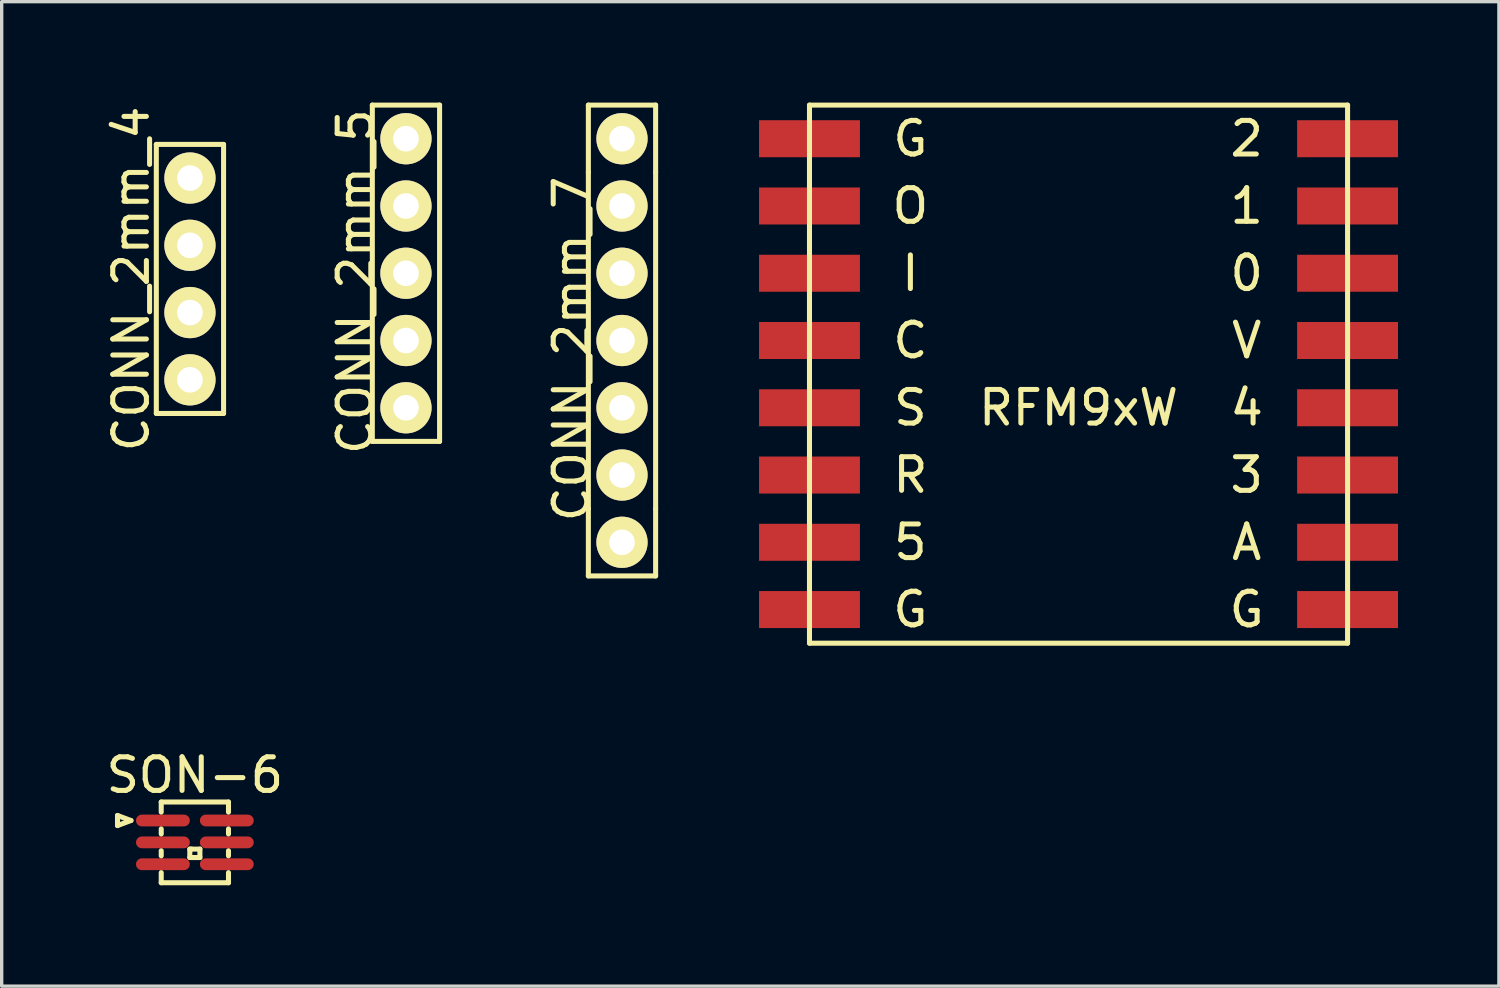
<source format=kicad_pcb>
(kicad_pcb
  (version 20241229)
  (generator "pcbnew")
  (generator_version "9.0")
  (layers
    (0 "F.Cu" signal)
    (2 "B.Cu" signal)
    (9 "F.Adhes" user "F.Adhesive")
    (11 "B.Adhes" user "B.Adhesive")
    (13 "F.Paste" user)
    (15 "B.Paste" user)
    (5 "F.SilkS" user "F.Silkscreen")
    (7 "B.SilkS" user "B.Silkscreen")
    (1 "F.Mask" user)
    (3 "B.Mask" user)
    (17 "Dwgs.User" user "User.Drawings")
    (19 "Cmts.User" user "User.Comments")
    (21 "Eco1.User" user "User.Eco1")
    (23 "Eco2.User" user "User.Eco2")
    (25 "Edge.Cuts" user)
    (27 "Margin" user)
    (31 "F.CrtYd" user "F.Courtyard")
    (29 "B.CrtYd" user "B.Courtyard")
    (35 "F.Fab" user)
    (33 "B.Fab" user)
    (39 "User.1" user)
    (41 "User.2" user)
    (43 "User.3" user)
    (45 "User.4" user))
  (footprint "CONN_2mm_7"
    (layer "F.Cu")
    (at 15.445 7.075)
    (property "Reference" "CONN_2mm_7" (at -1.5 0.25 90) (layer "F.SilkS") (effects (font (size 1 1) (thickness 0.15))))
    (attr through_hole)
    (fp_line (start -1 -7) (end -1 -5) (stroke (width 0.15) (type solid)) (layer "F.SilkS"))
    (fp_line (start -1 5) (end -1 -5) (stroke (width 0.15) (type solid)) (layer "F.SilkS"))
    (fp_line (start -1 5) (end -1 7) (stroke (width 0.15) (type solid)) (layer "F.SilkS"))
    (fp_line (start -1 7) (end 1 7) (stroke (width 0.15) (type solid)) (layer "F.SilkS"))
    (fp_line (start 1 -7) (end -1 -7) (stroke (width 0.15) (type solid)) (layer "F.SilkS"))
    (fp_line (start 1 -5) (end 1 -7) (stroke (width 0.15) (type solid)) (layer "F.SilkS"))
    (fp_line (start 1 -5) (end 1 5) (stroke (width 0.15) (type solid)) (layer "F.SilkS"))
    (fp_line (start 1 7) (end 1 5) (stroke (width 0.15) (type solid)) (layer "F.SilkS"))
    (pad "1" thru_hole circle (at 0 -6) (size 1.524 1.524) (drill 0.762) (layers "*.Cu" "*.Mask" "F.SilkS"))
    (pad "2" thru_hole circle (at 0 -4) (size 1.524 1.524) (drill 0.762) (layers "*.Cu" "*.Mask" "F.SilkS"))
    (pad "3" thru_hole circle (at 0 -2) (size 1.524 1.524) (drill 0.762) (layers "*.Cu" "*.Mask" "F.SilkS"))
    (pad "4" thru_hole circle (at 0 0) (size 1.524 1.524) (drill 0.762) (layers "*.Cu" "*.Mask" "F.SilkS"))
    (pad "5" thru_hole circle (at 0 2) (size 1.524 1.524) (drill 0.762) (layers "*.Cu" "*.Mask" "F.SilkS"))
    (pad "6" thru_hole circle (at 0 4) (size 1.524 1.524) (drill 0.762) (layers "*.Cu" "*.Mask" "F.SilkS"))
    (pad "7" thru_hole circle (at 0 6) (size 1.524 1.524) (drill 0.762) (layers "*.Cu" "*.Mask" "F.SilkS")))
  (footprint "CONN_2mm_4"
    (layer "F.Cu")
    (at 2.598 5.244)
    (property "Reference" "CONN_2mm_4" (at -1.75 0 90) (layer "F.SilkS") (effects (font (size 1 1) (thickness 0.15))))
    (attr through_hole)
    (fp_line (start -1 -4) (end 1 -4) (stroke (width 0.15) (type solid)) (layer "F.SilkS"))
    (fp_line (start -1 4) (end -1 -4) (stroke (width 0.15) (type solid)) (layer "F.SilkS"))
    (fp_line (start 1 -4) (end 1 4) (stroke (width 0.15) (type solid)) (layer "F.SilkS"))
    (fp_line (start 1 4) (end -1 4) (stroke (width 0.15) (type solid)) (layer "F.SilkS"))
    (pad "1" thru_hole circle (at 0 -3) (size 1.524 1.524) (drill 0.762) (layers "*.Cu" "*.Mask" "F.SilkS"))
    (pad "2" thru_hole circle (at 0 -1) (size 1.524 1.524) (drill 0.762) (layers "*.Cu" "*.Mask" "F.SilkS"))
    (pad "3" thru_hole circle (at 0 1) (size 1.524 1.524) (drill 0.762) (layers "*.Cu" "*.Mask" "F.SilkS"))
    (pad "4" thru_hole circle (at 0 3) (size 1.524 1.524) (drill 0.762) (layers "*.Cu" "*.Mask" "F.SilkS")))
  (footprint "SON-6"
    (layer "F.Cu")
    (at 2.744 21.998)
    (property "Reference" "SON-6" (at 0 -2 0) (layer "F.SilkS") (effects (font (size 1 1) (thickness 0.15))))
    (attr through_hole)
    (fp_line (start -2.3 -0.8) (end -2.3 -0.5) (stroke (width 0.15) (type solid)) (layer "F.SilkS"))
    (fp_line (start -2.3 -0.5) (end -1.9 -0.65) (stroke (width 0.15) (type solid)) (layer "F.SilkS"))
    (fp_line (start -1.9 -0.65) (end -2.3 -0.8) (stroke (width 0.15) (type solid)) (layer "F.SilkS"))
    (fp_line (start -1 -1.2) (end -1 -0.9) (stroke (width 0.15) (type solid)) (layer "F.SilkS"))
    (fp_line (start -1 -1.2) (end 1 -1.2) (stroke (width 0.15) (type solid)) (layer "F.SilkS"))
    (fp_line (start -1 -0.25) (end -1 -0.4) (stroke (width 0.15) (type solid)) (layer "F.SilkS"))
    (fp_line (start -1 0.4) (end -1 0.25) (stroke (width 0.15) (type solid)) (layer "F.SilkS"))
    (fp_line (start -1 1.2) (end -1 0.9) (stroke (width 0.15) (type solid)) (layer "F.SilkS"))
    (fp_line (start -0.15 0.2) (end -0.15 0.45) (stroke (width 0.15) (type solid)) (layer "F.SilkS"))
    (fp_line (start -0.15 0.2) (end -0.1 0.2) (stroke (width 0.15) (type solid)) (layer "F.SilkS"))
    (fp_line (start -0.15 0.45) (end 0.15 0.45) (stroke (width 0.15) (type solid)) (layer "F.SilkS"))
    (fp_line (start 0.15 0.2) (end -0.1 0.2) (stroke (width 0.15) (type solid)) (layer "F.SilkS"))
    (fp_line (start 0.15 0.45) (end 0.15 0.2) (stroke (width 0.15) (type solid)) (layer "F.SilkS"))
    (fp_line (start 1 -1.2) (end 1 -1) (stroke (width 0.15) (type solid)) (layer "F.SilkS"))
    (fp_line (start 1 -1) (end 1 -0.9) (stroke (width 0.15) (type solid)) (layer "F.SilkS"))
    (fp_line (start 1 -0.4) (end 1 -0.25) (stroke (width 0.15) (type solid)) (layer "F.SilkS"))
    (fp_line (start 1 0.25) (end 1 0.35) (stroke (width 0.15) (type solid)) (layer "F.SilkS"))
    (fp_line (start 1 0.35) (end 1 0.4) (stroke (width 0.15) (type solid)) (layer "F.SilkS"))
    (fp_line (start 1 0.9) (end 1 1.2) (stroke (width 0.15) (type solid)) (layer "F.SilkS"))
    (fp_line (start 1 1.2) (end -1 1.2) (stroke (width 0.15) (type solid)) (layer "F.SilkS"))
    (pad "1" smd oval (at -0.95 -0.65) (size 1.6 0.35) (layers "F.Cu" "F.Mask" "F.Paste"))
    (pad "2" smd oval (at -0.95 0) (size 1.6 0.35) (layers "F.Cu" "F.Mask" "F.Paste"))
    (pad "3" smd oval (at -0.95 0.65) (size 1.6 0.35) (layers "F.Cu" "F.Mask" "F.Paste"))
    (pad "4" smd oval (at 0.95 0.65) (size 1.6 0.35) (layers "F.Cu" "F.Mask" "F.Paste"))
    (pad "5" smd oval (at 0.95 0) (size 1.6 0.35) (layers "F.Cu" "F.Mask" "F.Paste"))
    (pad "6" smd oval (at 0.95 -0.65) (size 1.6 0.35) (layers "F.Cu" "F.Mask" "F.Paste")))
  (footprint "CONN_2mm_5"
    (layer "F.Cu")
    (at 9.021 5.075)
    (property "Reference" "CONN_2mm_5" (at -1.5 0.25 90) (layer "F.SilkS") (effects (font (size 1 1) (thickness 0.15))))
    (attr through_hole)
    (fp_line (start -1 -5) (end 1 -5) (stroke (width 0.15) (type solid)) (layer "F.SilkS"))
    (fp_line (start -1 5) (end -1 -5) (stroke (width 0.15) (type solid)) (layer "F.SilkS"))
    (fp_line (start 1 -5) (end 1 5) (stroke (width 0.15) (type solid)) (layer "F.SilkS"))
    (fp_line (start 1 5) (end -1 5) (stroke (width 0.15) (type solid)) (layer "F.SilkS"))
    (pad "1" thru_hole circle (at 0 -4) (size 1.524 1.524) (drill 0.762) (layers "*.Cu" "*.Mask" "F.SilkS"))
    (pad "2" thru_hole circle (at 0 -2) (size 1.524 1.524) (drill 0.762) (layers "*.Cu" "*.Mask" "F.SilkS"))
    (pad "3" thru_hole circle (at 0 0) (size 1.524 1.524) (drill 0.762) (layers "*.Cu" "*.Mask" "F.SilkS"))
    (pad "4" thru_hole circle (at 0 2) (size 1.524 1.524) (drill 0.762) (layers "*.Cu" "*.Mask" "F.SilkS"))
    (pad "5" thru_hole circle (at 0 4) (size 1.524 1.524) (drill 0.762) (layers "*.Cu" "*.Mask" "F.SilkS")))
  (footprint "RFM9xW"
    (layer "F.Cu")
    (at 29.02 8.075)
    (property "Reference" "RFM9xW" (at 0 1 0) (layer "F.SilkS") (effects (font (size 1 1) (thickness 0.15))))
    (attr through_hole)
    (fp_line (start -8 -8) (end 8 -8) (stroke (width 0.15) (type solid)) (layer "F.SilkS"))
    (fp_line (start -8 8) (end -8 -8) (stroke (width 0.15) (type solid)) (layer "F.SilkS"))
    (fp_line (start 8 -8) (end 8 8) (stroke (width 0.15) (type solid)) (layer "F.SilkS"))
    (fp_line (start 8 8) (end -8 8) (stroke (width 0.15) (type solid)) (layer "F.SilkS"))
    (fp_text user "R" (at -5 3 0) (layer "F.SilkS") (effects (font (size 1 1) (thickness 0.15))))
    (fp_text user "G" (at -5 7 0) (layer "F.SilkS") (effects (font (size 1 1) (thickness 0.15))))
    (fp_text user "S" (at -5 1 0) (layer "F.SilkS") (effects (font (size 1 1) (thickness 0.15))))
    (fp_text user "C" (at -5 -1 0) (layer "F.SilkS") (effects (font (size 1 1) (thickness 0.15))))
    (fp_text user "I" (at -5 -3 0) (layer "F.SilkS") (effects (font (size 1 1) (thickness 0.15))))
    (fp_text user "G" (at 5 7 0) (layer "F.SilkS") (effects (font (size 1 1) (thickness 0.15))))
    (fp_text user "G" (at -5 -7 0) (layer "F.SilkS") (effects (font (size 1 1) (thickness 0.15))))
    (fp_text user "0" (at 5 -3 0) (layer "F.SilkS") (effects (font (size 1 1) (thickness 0.15))))
    (fp_text user "2" (at 5 -7 0) (layer "F.SilkS") (effects (font (size 1 1) (thickness 0.15))))
    (fp_text user "V" (at 5 -1 0) (layer "F.SilkS") (effects (font (size 1 1) (thickness 0.15))))
    (fp_text user "O" (at -5 -5 0) (layer "F.SilkS") (effects (font (size 1 1) (thickness 0.15))))
    (fp_text user "3" (at 5 3 0) (layer "F.SilkS") (effects (font (size 1 1) (thickness 0.15))))
    (fp_text user "5" (at -5 5 0) (layer "F.SilkS") (effects (font (size 1 1) (thickness 0.15))))
    (fp_text user "A" (at 5 5 0) (layer "F.SilkS") (effects (font (size 1 1) (thickness 0.15))))
    (fp_text user "4" (at 5 1 0) (layer "F.SilkS") (effects (font (size 1 1) (thickness 0.15))))
    (fp_text user "1" (at 5 -5 0) (layer "F.SilkS") (effects (font (size 1 1) (thickness 0.15))))
    (pad "1" smd rect (at -8 -7) (size 3 1.1) (layers "F.Cu" "F.Mask" "F.Paste"))
    (pad "2" smd rect (at -8 -5) (size 3 1.1) (layers "F.Cu" "F.Mask" "F.Paste"))
    (pad "3" smd rect (at -8 -3) (size 3 1.1) (layers "F.Cu" "F.Mask" "F.Paste"))
    (pad "4" smd rect (at -8 -1) (size 3 1.1) (layers "F.Cu" "F.Mask" "F.Paste"))
    (pad "5" smd rect (at -8 1) (size 3 1.1) (layers "F.Cu" "F.Mask" "F.Paste"))
    (pad "6" smd rect (at -8 3) (size 3 1.1) (layers "F.Cu" "F.Mask" "F.Paste"))
    (pad "7" smd rect (at -8 5) (size 3 1.1) (layers "F.Cu" "F.Mask" "F.Paste"))
    (pad "8" smd rect (at -8 7) (size 3 1.1) (layers "F.Cu" "F.Mask" "F.Paste"))
    (pad "9" smd rect (at 8 7) (size 3 1.1) (layers "F.Cu" "F.Mask" "F.Paste"))
    (pad "10" smd rect (at 8 5) (size 3 1.1) (layers "F.Cu" "F.Mask" "F.Paste"))
    (pad "11" smd rect (at 8 3) (size 3 1.1) (layers "F.Cu" "F.Mask" "F.Paste"))
    (pad "12" smd rect (at 8 1) (size 3 1.1) (layers "F.Cu" "F.Mask" "F.Paste"))
    (pad "13" smd rect (at 8 -1) (size 3 1.1) (layers "F.Cu" "F.Mask" "F.Paste"))
    (pad "14" smd rect (at 8 -3) (size 3 1.1) (layers "F.Cu" "F.Mask" "F.Paste"))
    (pad "15" smd rect (at 8 -5) (size 3 1.1) (layers "F.Cu" "F.Mask" "F.Paste"))
    (pad "16" smd rect (at 8 -7) (size 3 1.1) (layers "F.Cu" "F.Mask" "F.Paste")))
  (gr_rect
    (start -3 -3)
    (end 41.52 26.273)
    (stroke (width 0.1) (type default))
    (fill no)
    (layer "Edge.Cuts")))
</source>
